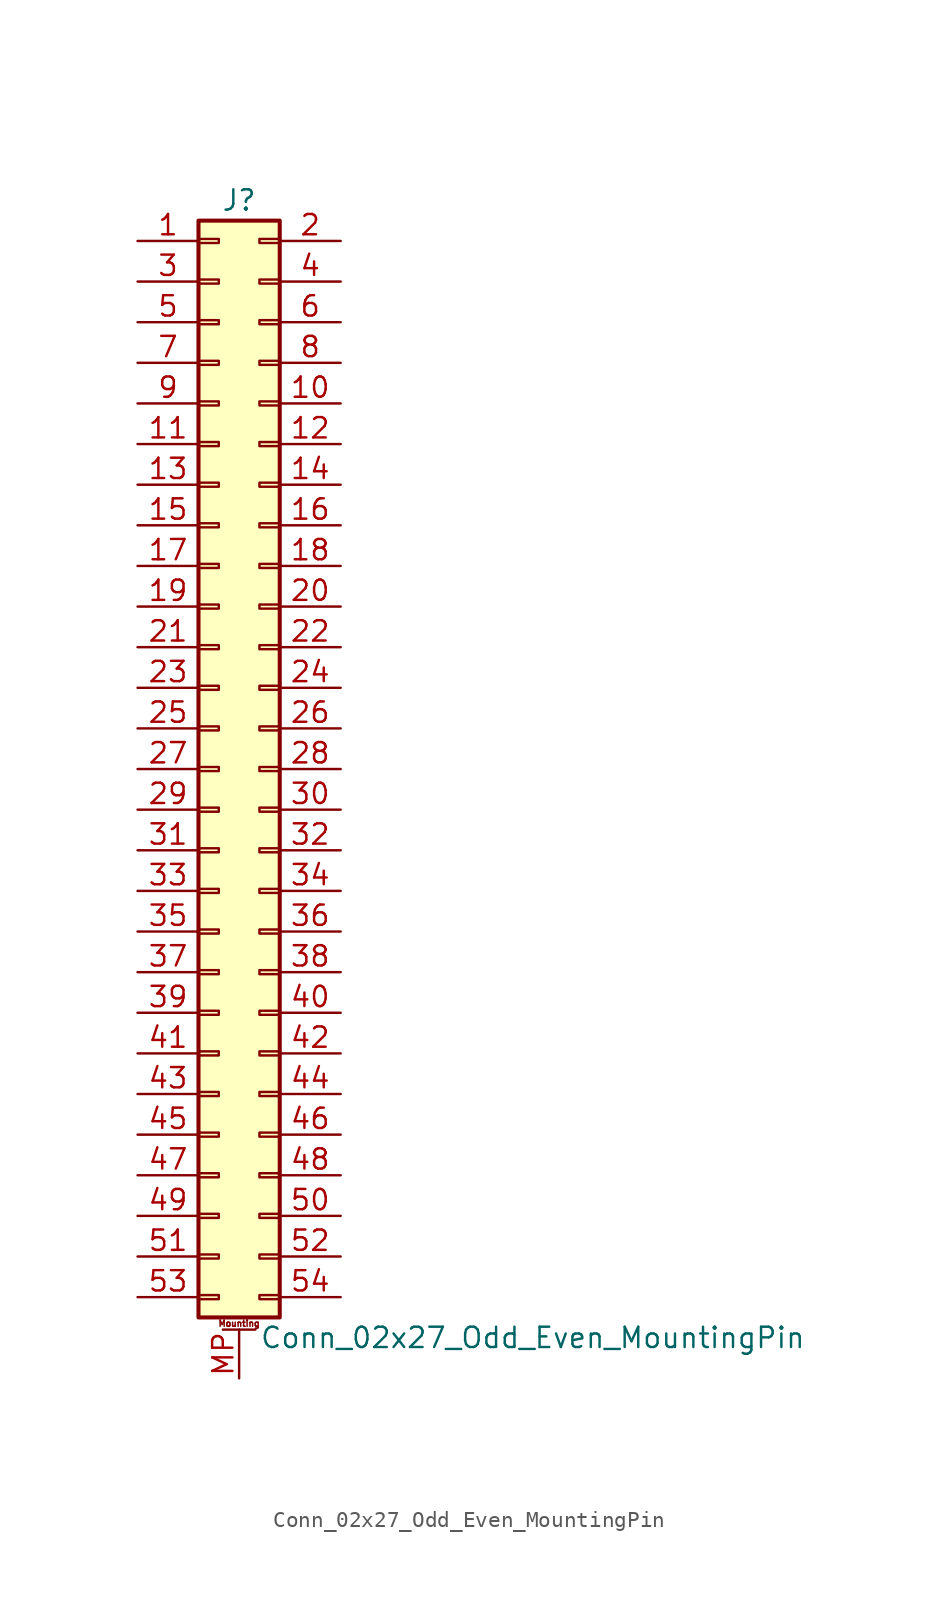
<source format=kicad_sym>
(kicad_symbol_lib
  (version 20201005)
  (generator kicad_symbol_editor)
  (symbol "Connector_Generic_MountingPin:Conn_02x27_Odd_Even_MountingPin"
    (pin_names
      (offset 1.016) hide)
    (property "Reference" "J"
      (at 1.27 35.56 0)
      (effects (font (size 1.27 1.27))))
    (property "Value" "Conn_02x27_Odd_Even_MountingPin"
      (at 2.54 -35.56 0)
      (effects (font (size 1.27 1.27)) (justify left)))
    (symbol "Conn_02x27_Odd_Even_MountingPin_1_1"
      (text "Mounting" (at 1.27 -34.671 0) (effects (font (size 0.381 0.381))))
      (rectangle (start -1.27 -27.813) (end 0 -28.067) (stroke (width 0.152)) (fill (type none)))
      (rectangle (start -1.27 -30.353) (end 0 -30.607) (stroke (width 0.152)) (fill (type none)))
      (rectangle (start -1.27 -32.893) (end 0 -33.147) (stroke (width 0.152)) (fill (type none)))
      (rectangle (start -1.27 -4.953) (end 0 -5.207) (stroke (width 0.152)) (fill (type none)))
      (rectangle (start -1.27 -7.493) (end 0 -7.747) (stroke (width 0.152)) (fill (type none)))
      (rectangle (start -1.27 -10.033) (end 0 -10.287) (stroke (width 0.152)) (fill (type none)))
      (rectangle (start -1.27 -12.573) (end 0 -12.827) (stroke (width 0.152)) (fill (type none)))
      (rectangle (start -1.27 -15.113) (end 0 -15.367) (stroke (width 0.152)) (fill (type none)))
      (rectangle (start -1.27 -17.653) (end 0 -17.907) (stroke (width 0.152)) (fill (type none)))
      (rectangle (start -1.27 -20.193) (end 0 -20.447) (stroke (width 0.152)) (fill (type none)))
      (rectangle (start -1.27 -22.733) (end 0 -22.987) (stroke (width 0.152)) (fill (type none)))
      (rectangle (start -1.27 -2.413) (end 0 -2.667) (stroke (width 0.152)) (fill (type none)))
      (rectangle (start -1.27 -25.273) (end 0 -25.527) (stroke (width 0.152)) (fill (type none)))
      (rectangle (start -1.27 25.527) (end 0 25.273) (stroke (width 0.152)) (fill (type none)))
      (rectangle (start -1.27 2.667) (end 0 2.413) (stroke (width 0.152)) (fill (type none)))
      (rectangle (start -1.27 28.067) (end 0 27.813) (stroke (width 0.152)) (fill (type none)))
      (rectangle (start -1.27 30.607) (end 0 30.353) (stroke (width 0.152)) (fill (type none)))
      (rectangle (start -1.27 33.147) (end 0 32.893) (stroke (width 0.152)) (fill (type none)))
      (rectangle (start -1.27 34.29) (end 3.81 -34.29) (stroke (width 0.254)) (fill (type background)))
      (rectangle (start -1.27 5.207) (end 0 4.953) (stroke (width 0.152)) (fill (type none)))
      (rectangle (start -1.27 7.747) (end 0 7.493) (stroke (width 0.152)) (fill (type none)))
      (rectangle (start -1.27 10.287) (end 0 10.033) (stroke (width 0.152)) (fill (type none)))
      (rectangle (start -1.27 0.127) (end 0 -0.127) (stroke (width 0.152)) (fill (type none)))
      (rectangle (start -1.27 12.827) (end 0 12.573) (stroke (width 0.152)) (fill (type none)))
      (rectangle (start -1.27 15.367) (end 0 15.113) (stroke (width 0.152)) (fill (type none)))
      (rectangle (start -1.27 17.907) (end 0 17.653) (stroke (width 0.152)) (fill (type none)))
      (rectangle (start -1.27 20.447) (end 0 20.193) (stroke (width 0.152)) (fill (type none)))
      (rectangle (start -1.27 22.987) (end 0 22.733) (stroke (width 0.152)) (fill (type none)))
      (rectangle (start 3.81 -27.813) (end 2.54 -28.067) (stroke (width 0.152)) (fill (type none)))
      (rectangle (start 3.81 -30.353) (end 2.54 -30.607) (stroke (width 0.152)) (fill (type none)))
      (rectangle (start 3.81 -32.893) (end 2.54 -33.147) (stroke (width 0.152)) (fill (type none)))
      (rectangle (start 3.81 -4.953) (end 2.54 -5.207) (stroke (width 0.152)) (fill (type none)))
      (rectangle (start 3.81 -7.493) (end 2.54 -7.747) (stroke (width 0.152)) (fill (type none)))
      (rectangle (start 3.81 -10.033) (end 2.54 -10.287) (stroke (width 0.152)) (fill (type none)))
      (rectangle (start 3.81 -12.573) (end 2.54 -12.827) (stroke (width 0.152)) (fill (type none)))
      (rectangle (start 3.81 -15.113) (end 2.54 -15.367) (stroke (width 0.152)) (fill (type none)))
      (rectangle (start 3.81 -17.653) (end 2.54 -17.907) (stroke (width 0.152)) (fill (type none)))
      (rectangle (start 3.81 -20.193) (end 2.54 -20.447) (stroke (width 0.152)) (fill (type none)))
      (rectangle (start 3.81 -22.733) (end 2.54 -22.987) (stroke (width 0.152)) (fill (type none)))
      (rectangle (start 3.81 -2.413) (end 2.54 -2.667) (stroke (width 0.152)) (fill (type none)))
      (rectangle (start 3.81 -25.273) (end 2.54 -25.527) (stroke (width 0.152)) (fill (type none)))
      (rectangle (start 3.81 25.527) (end 2.54 25.273) (stroke (width 0.152)) (fill (type none)))
      (rectangle (start 3.81 2.667) (end 2.54 2.413) (stroke (width 0.152)) (fill (type none)))
      (rectangle (start 3.81 28.067) (end 2.54 27.813) (stroke (width 0.152)) (fill (type none)))
      (rectangle (start 3.81 30.607) (end 2.54 30.353) (stroke (width 0.152)) (fill (type none)))
      (rectangle (start 3.81 33.147) (end 2.54 32.893) (stroke (width 0.152)) (fill (type none)))
      (rectangle (start 3.81 5.207) (end 2.54 4.953) (stroke (width 0.152)) (fill (type none)))
      (rectangle (start 3.81 7.747) (end 2.54 7.493) (stroke (width 0.152)) (fill (type none)))
      (rectangle (start 3.81 10.287) (end 2.54 10.033) (stroke (width 0.152)) (fill (type none)))
      (rectangle (start 3.81 0.127) (end 2.54 -0.127) (stroke (width 0.152)) (fill (type none)))
      (rectangle (start 3.81 12.827) (end 2.54 12.573) (stroke (width 0.152)) (fill (type none)))
      (rectangle (start 3.81 15.367) (end 2.54 15.113) (stroke (width 0.152)) (fill (type none)))
      (rectangle (start 3.81 17.907) (end 2.54 17.653) (stroke (width 0.152)) (fill (type none)))
      (rectangle (start 3.81 20.447) (end 2.54 20.193) (stroke (width 0.152)) (fill (type none)))
      (rectangle (start 3.81 22.987) (end 2.54 22.733) (stroke (width 0.152)) (fill (type none)))
      (polyline (pts (xy 0.254 -35.052) (xy 2.286 -35.052)) (stroke (width 0.152)) (fill (type none)))
      (pin passive line (at 1.27 -38.1 90) (length 3.048) (name "MountPin" (effects (font (size 1.27 1.27)))) (number "MP" (effects (font (size 1.27 1.27)))))
      (pin passive line (at -5.08 33.02 0) (length 3.81) (name "Pin_1" (effects (font (size 1.27 1.27)))) (number "1" (effects (font (size 1.27 1.27)))))
      (pin passive line (at 7.62 22.86 180) (length 3.81) (name "Pin_10" (effects (font (size 1.27 1.27)))) (number "10" (effects (font (size 1.27 1.27)))))
      (pin passive line (at -5.08 20.32 0) (length 3.81) (name "Pin_11" (effects (font (size 1.27 1.27)))) (number "11" (effects (font (size 1.27 1.27)))))
      (pin passive line (at 7.62 20.32 180) (length 3.81) (name "Pin_12" (effects (font (size 1.27 1.27)))) (number "12" (effects (font (size 1.27 1.27)))))
      (pin passive line (at -5.08 17.78 0) (length 3.81) (name "Pin_13" (effects (font (size 1.27 1.27)))) (number "13" (effects (font (size 1.27 1.27)))))
      (pin passive line (at 7.62 17.78 180) (length 3.81) (name "Pin_14" (effects (font (size 1.27 1.27)))) (number "14" (effects (font (size 1.27 1.27)))))
      (pin passive line (at -5.08 15.24 0) (length 3.81) (name "Pin_15" (effects (font (size 1.27 1.27)))) (number "15" (effects (font (size 1.27 1.27)))))
      (pin passive line (at 7.62 15.24 180) (length 3.81) (name "Pin_16" (effects (font (size 1.27 1.27)))) (number "16" (effects (font (size 1.27 1.27)))))
      (pin passive line (at -5.08 12.7 0) (length 3.81) (name "Pin_17" (effects (font (size 1.27 1.27)))) (number "17" (effects (font (size 1.27 1.27)))))
      (pin passive line (at 7.62 12.7 180) (length 3.81) (name "Pin_18" (effects (font (size 1.27 1.27)))) (number "18" (effects (font (size 1.27 1.27)))))
      (pin passive line (at -5.08 10.16 0) (length 3.81) (name "Pin_19" (effects (font (size 1.27 1.27)))) (number "19" (effects (font (size 1.27 1.27)))))
      (pin passive line (at 7.62 33.02 180) (length 3.81) (name "Pin_2" (effects (font (size 1.27 1.27)))) (number "2" (effects (font (size 1.27 1.27)))))
      (pin passive line (at 7.62 10.16 180) (length 3.81) (name "Pin_20" (effects (font (size 1.27 1.27)))) (number "20" (effects (font (size 1.27 1.27)))))
      (pin passive line (at -5.08 7.62 0) (length 3.81) (name "Pin_21" (effects (font (size 1.27 1.27)))) (number "21" (effects (font (size 1.27 1.27)))))
      (pin passive line (at 7.62 7.62 180) (length 3.81) (name "Pin_22" (effects (font (size 1.27 1.27)))) (number "22" (effects (font (size 1.27 1.27)))))
      (pin passive line (at -5.08 5.08 0) (length 3.81) (name "Pin_23" (effects (font (size 1.27 1.27)))) (number "23" (effects (font (size 1.27 1.27)))))
      (pin passive line (at 7.62 5.08 180) (length 3.81) (name "Pin_24" (effects (font (size 1.27 1.27)))) (number "24" (effects (font (size 1.27 1.27)))))
      (pin passive line (at -5.08 2.54 0) (length 3.81) (name "Pin_25" (effects (font (size 1.27 1.27)))) (number "25" (effects (font (size 1.27 1.27)))))
      (pin passive line (at 7.62 2.54 180) (length 3.81) (name "Pin_26" (effects (font (size 1.27 1.27)))) (number "26" (effects (font (size 1.27 1.27)))))
      (pin passive line (at -5.08 0 0) (length 3.81) (name "Pin_27" (effects (font (size 1.27 1.27)))) (number "27" (effects (font (size 1.27 1.27)))))
      (pin passive line (at 7.62 0 180) (length 3.81) (name "Pin_28" (effects (font (size 1.27 1.27)))) (number "28" (effects (font (size 1.27 1.27)))))
      (pin passive line (at -5.08 -2.54 0) (length 3.81) (name "Pin_29" (effects (font (size 1.27 1.27)))) (number "29" (effects (font (size 1.27 1.27)))))
      (pin passive line (at -5.08 30.48 0) (length 3.81) (name "Pin_3" (effects (font (size 1.27 1.27)))) (number "3" (effects (font (size 1.27 1.27)))))
      (pin passive line (at 7.62 -2.54 180) (length 3.81) (name "Pin_30" (effects (font (size 1.27 1.27)))) (number "30" (effects (font (size 1.27 1.27)))))
      (pin passive line (at -5.08 -5.08 0) (length 3.81) (name "Pin_31" (effects (font (size 1.27 1.27)))) (number "31" (effects (font (size 1.27 1.27)))))
      (pin passive line (at 7.62 -5.08 180) (length 3.81) (name "Pin_32" (effects (font (size 1.27 1.27)))) (number "32" (effects (font (size 1.27 1.27)))))
      (pin passive line (at -5.08 -7.62 0) (length 3.81) (name "Pin_33" (effects (font (size 1.27 1.27)))) (number "33" (effects (font (size 1.27 1.27)))))
      (pin passive line (at 7.62 -7.62 180) (length 3.81) (name "Pin_34" (effects (font (size 1.27 1.27)))) (number "34" (effects (font (size 1.27 1.27)))))
      (pin passive line (at -5.08 -10.16 0) (length 3.81) (name "Pin_35" (effects (font (size 1.27 1.27)))) (number "35" (effects (font (size 1.27 1.27)))))
      (pin passive line (at 7.62 -10.16 180) (length 3.81) (name "Pin_36" (effects (font (size 1.27 1.27)))) (number "36" (effects (font (size 1.27 1.27)))))
      (pin passive line (at -5.08 -12.7 0) (length 3.81) (name "Pin_37" (effects (font (size 1.27 1.27)))) (number "37" (effects (font (size 1.27 1.27)))))
      (pin passive line (at 7.62 -12.7 180) (length 3.81) (name "Pin_38" (effects (font (size 1.27 1.27)))) (number "38" (effects (font (size 1.27 1.27)))))
      (pin passive line (at -5.08 -15.24 0) (length 3.81) (name "Pin_39" (effects (font (size 1.27 1.27)))) (number "39" (effects (font (size 1.27 1.27)))))
      (pin passive line (at 7.62 30.48 180) (length 3.81) (name "Pin_4" (effects (font (size 1.27 1.27)))) (number "4" (effects (font (size 1.27 1.27)))))
      (pin passive line (at 7.62 -15.24 180) (length 3.81) (name "Pin_40" (effects (font (size 1.27 1.27)))) (number "40" (effects (font (size 1.27 1.27)))))
      (pin passive line (at -5.08 -17.78 0) (length 3.81) (name "Pin_41" (effects (font (size 1.27 1.27)))) (number "41" (effects (font (size 1.27 1.27)))))
      (pin passive line (at 7.62 -17.78 180) (length 3.81) (name "Pin_42" (effects (font (size 1.27 1.27)))) (number "42" (effects (font (size 1.27 1.27)))))
      (pin passive line (at -5.08 -20.32 0) (length 3.81) (name "Pin_43" (effects (font (size 1.27 1.27)))) (number "43" (effects (font (size 1.27 1.27)))))
      (pin passive line (at 7.62 -20.32 180) (length 3.81) (name "Pin_44" (effects (font (size 1.27 1.27)))) (number "44" (effects (font (size 1.27 1.27)))))
      (pin passive line (at -5.08 -22.86 0) (length 3.81) (name "Pin_45" (effects (font (size 1.27 1.27)))) (number "45" (effects (font (size 1.27 1.27)))))
      (pin passive line (at 7.62 -22.86 180) (length 3.81) (name "Pin_46" (effects (font (size 1.27 1.27)))) (number "46" (effects (font (size 1.27 1.27)))))
      (pin passive line (at -5.08 -25.4 0) (length 3.81) (name "Pin_47" (effects (font (size 1.27 1.27)))) (number "47" (effects (font (size 1.27 1.27)))))
      (pin passive line (at 7.62 -25.4 180) (length 3.81) (name "Pin_48" (effects (font (size 1.27 1.27)))) (number "48" (effects (font (size 1.27 1.27)))))
      (pin passive line (at -5.08 -27.94 0) (length 3.81) (name "Pin_49" (effects (font (size 1.27 1.27)))) (number "49" (effects (font (size 1.27 1.27)))))
      (pin passive line (at -5.08 27.94 0) (length 3.81) (name "Pin_5" (effects (font (size 1.27 1.27)))) (number "5" (effects (font (size 1.27 1.27)))))
      (pin passive line (at 7.62 -27.94 180) (length 3.81) (name "Pin_50" (effects (font (size 1.27 1.27)))) (number "50" (effects (font (size 1.27 1.27)))))
      (pin passive line (at -5.08 -30.48 0) (length 3.81) (name "Pin_51" (effects (font (size 1.27 1.27)))) (number "51" (effects (font (size 1.27 1.27)))))
      (pin passive line (at 7.62 -30.48 180) (length 3.81) (name "Pin_52" (effects (font (size 1.27 1.27)))) (number "52" (effects (font (size 1.27 1.27)))))
      (pin passive line (at -5.08 -33.02 0) (length 3.81) (name "Pin_53" (effects (font (size 1.27 1.27)))) (number "53" (effects (font (size 1.27 1.27)))))
      (pin passive line (at 7.62 -33.02 180) (length 3.81) (name "Pin_54" (effects (font (size 1.27 1.27)))) (number "54" (effects (font (size 1.27 1.27)))))
      (pin passive line (at 7.62 27.94 180) (length 3.81) (name "Pin_6" (effects (font (size 1.27 1.27)))) (number "6" (effects (font (size 1.27 1.27)))))
      (pin passive line (at -5.08 25.4 0) (length 3.81) (name "Pin_7" (effects (font (size 1.27 1.27)))) (number "7" (effects (font (size 1.27 1.27)))))
      (pin passive line (at 7.62 25.4 180) (length 3.81) (name "Pin_8" (effects (font (size 1.27 1.27)))) (number "8" (effects (font (size 1.27 1.27)))))
      (pin passive line (at -5.08 22.86 0) (length 3.81) (name "Pin_9" (effects (font (size 1.27 1.27)))) (number "9" (effects (font (size 1.27 1.27))))))))
</source>
